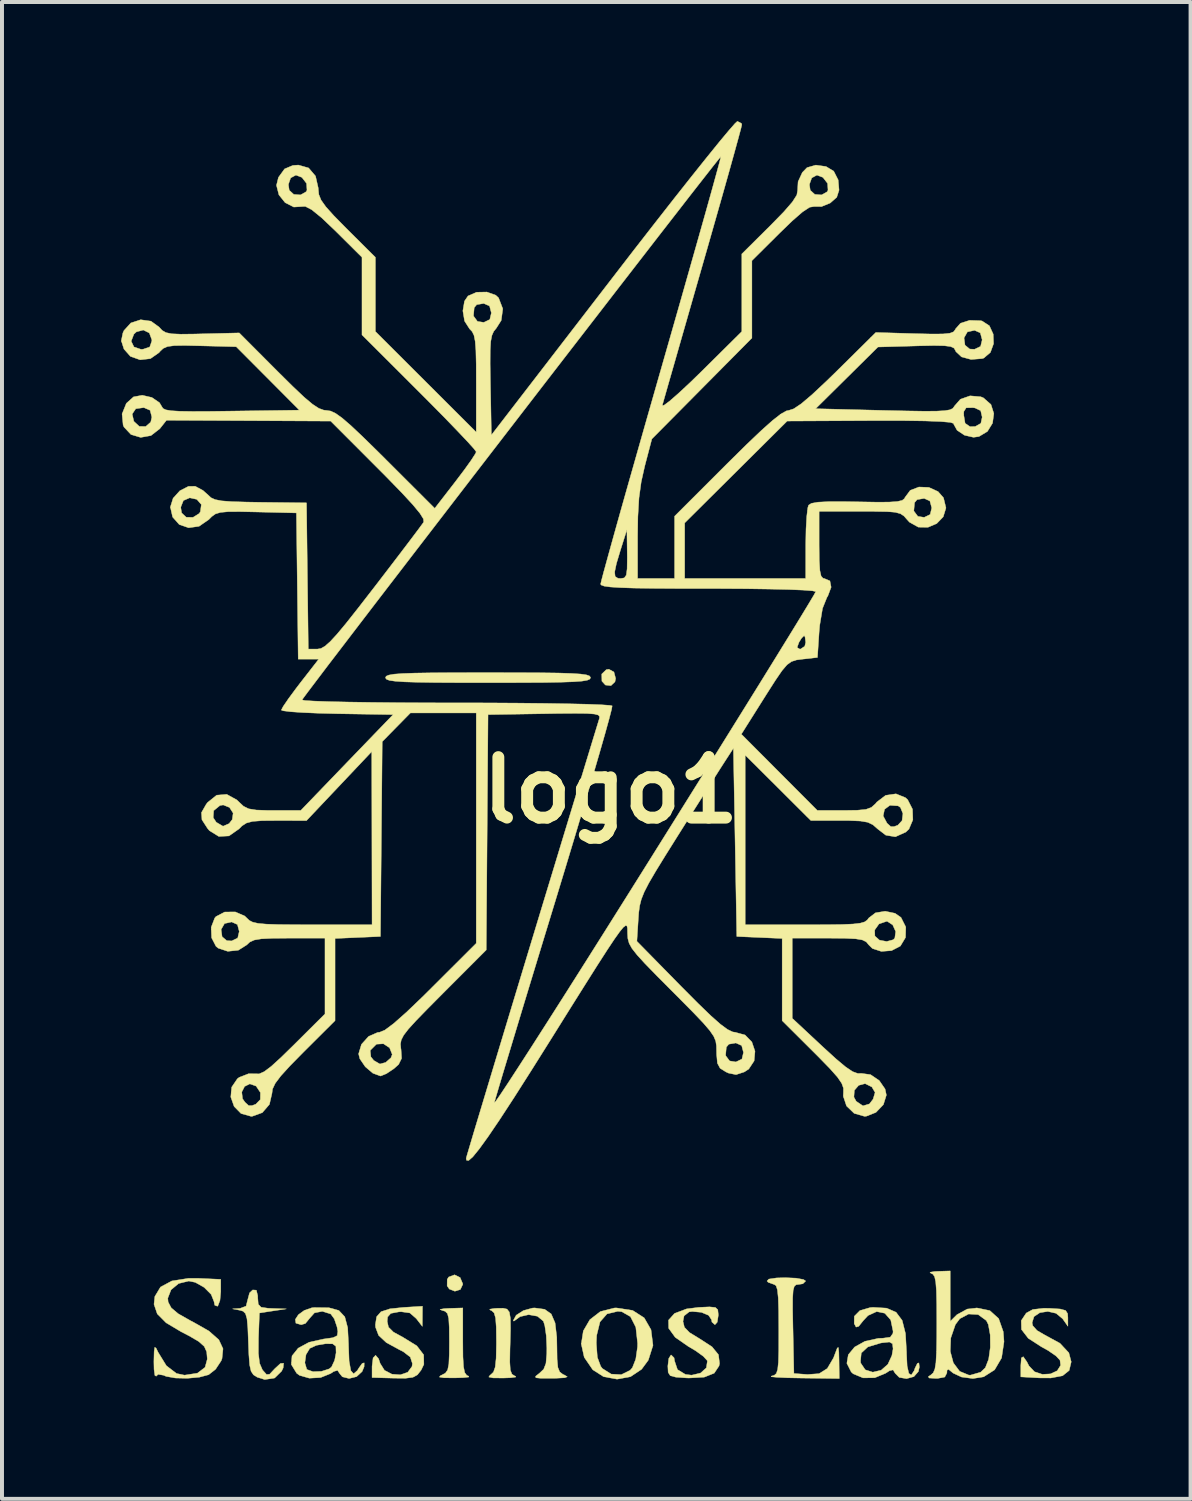
<source format=kicad_pcb>
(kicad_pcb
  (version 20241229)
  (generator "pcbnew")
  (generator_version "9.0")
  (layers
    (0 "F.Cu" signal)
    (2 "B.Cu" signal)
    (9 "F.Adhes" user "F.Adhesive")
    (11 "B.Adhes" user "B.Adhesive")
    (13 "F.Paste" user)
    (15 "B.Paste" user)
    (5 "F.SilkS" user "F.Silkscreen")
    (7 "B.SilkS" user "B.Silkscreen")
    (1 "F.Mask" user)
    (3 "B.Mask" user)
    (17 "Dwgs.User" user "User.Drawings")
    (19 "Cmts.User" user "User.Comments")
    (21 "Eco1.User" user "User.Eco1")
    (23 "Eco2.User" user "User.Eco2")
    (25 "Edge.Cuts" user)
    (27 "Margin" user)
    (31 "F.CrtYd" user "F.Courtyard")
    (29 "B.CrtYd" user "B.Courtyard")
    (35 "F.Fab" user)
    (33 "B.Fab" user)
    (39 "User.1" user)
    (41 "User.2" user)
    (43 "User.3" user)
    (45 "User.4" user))
  (footprint "logo1"
    (layer "F.Cu")
    (at 12.332 16.854)
    (property "Reference" "logo1" (at 0 0 0) (layer "F.SilkS") (effects (font (size 1.524 1.524) (thickness 0.3))))
    (attr through_hole)
    (fp_poly (pts (xy 0.081 -2.979) (xy 0.124 -2.816) (xy 0.107 -2.731) (xy 0.006 -2.635) (xy -0.134 -2.65) (xy -0.222 -2.748) (xy -0.226 -2.927) (xy -0.112 -3.037) (xy -0.046 -3.048) (xy 0.081 -2.979)) (stroke (width 0.01) (type solid)) (fill yes) (layer "F.SilkS"))
    (fp_poly (pts (xy -3.793 12.273) (xy -3.726 12.432) (xy -3.725 12.443) (xy -3.787 12.575) (xy -3.925 12.618) (xy -4.065 12.563) (xy -4.12 12.483) (xy -4.118 12.319) (xy -4.081 12.26) (xy -3.933 12.204) (xy -3.793 12.273)) (stroke (width 0.01) (type solid)) (fill yes) (layer "F.SilkS"))
    (fp_poly (pts (xy -3.725 13.879) (xy -3.722 14.269) (xy -3.707 14.521) (xy -3.677 14.667) (xy -3.626 14.737) (xy -3.577 14.758) (xy -3.574 14.779) (xy -3.71 14.794) (xy -3.937 14.801) (xy -4.204 14.798) (xy -4.316 14.78) (xy -4.288 14.744) (xy -4.255 14.729) (xy -4.164 14.681) (xy -4.107 14.6) (xy -4.077 14.451) (xy -4.066 14.198) (xy -4.064 13.894) (xy -4.067 13.533) (xy -4.08 13.306) (xy -4.112 13.181) (xy -4.171 13.123) (xy -4.255 13.098) (xy -4.298 13.075) (xy -4.193 13.056) (xy -4.085 13.05) (xy -3.725 13.039) (xy -3.725 13.879)) (stroke (width 0.01) (type solid)) (fill yes) (layer "F.SilkS"))
    (fp_poly (pts (xy -2.612 13.068) (xy -2.554 13.142) (xy -2.527 13.296) (xy -2.523 13.558) (xy -2.533 13.954) (xy -2.537 14.068) (xy -2.542 14.401) (xy -2.529 14.602) (xy -2.488 14.707) (xy -2.415 14.753) (xy -2.4 14.757) (xy -2.389 14.779) (xy -2.518 14.797) (xy -2.709 14.804) (xy -2.966 14.801) (xy -3.071 14.779) (xy -3.041 14.734) (xy -3.027 14.725) (xy -2.954 14.656) (xy -2.909 14.528) (xy -2.886 14.306) (xy -2.879 13.956) (xy -2.879 13.887) (xy -2.883 13.521) (xy -2.9 13.291) (xy -2.937 13.164) (xy -2.999 13.107) (xy -3.027 13.097) (xy -3.05 13.071) (xy -2.931 13.052) (xy -2.857 13.048) (xy -2.71 13.046) (xy -2.612 13.068)) (stroke (width 0.01) (type solid)) (fill yes) (layer "F.SilkS"))
    (fp_poly (pts (xy -2.353 -2.962) (xy -1.767 -2.959) (xy -1.317 -2.953) (xy -0.986 -2.942) (xy -0.757 -2.927) (xy -0.612 -2.906) (xy -0.535 -2.879) (xy -0.509 -2.844) (xy -0.508 -2.836) (xy -0.526 -2.8) (xy -0.592 -2.771) (xy -0.722 -2.749) (xy -0.934 -2.733) (xy -1.244 -2.722) (xy -1.669 -2.714) (xy -2.227 -2.711) (xy -2.933 -2.709) (xy -3.09 -2.709) (xy -3.828 -2.71) (xy -4.413 -2.713) (xy -4.863 -2.72) (xy -5.194 -2.73) (xy -5.424 -2.746) (xy -5.569 -2.766) (xy -5.646 -2.794) (xy -5.672 -2.829) (xy -5.673 -2.836) (xy -5.655 -2.873) (xy -5.589 -2.901) (xy -5.459 -2.924) (xy -5.247 -2.94) (xy -4.937 -2.951) (xy -4.512 -2.958) (xy -3.954 -2.962) (xy -3.247 -2.963) (xy -3.09 -2.963) (xy -2.353 -2.962)) (stroke (width 0.01) (type solid)) (fill yes) (layer "F.SilkS"))
    (fp_poly (pts (xy -1.664 13.073) (xy -1.498 13.191) (xy -1.401 13.417) (xy -1.359 13.774) (xy -1.355 14.001) (xy -1.35 14.334) (xy -1.331 14.537) (xy -1.285 14.65) (xy -1.204 14.712) (xy -1.164 14.729) (xy -1.094 14.772) (xy -1.157 14.797) (xy -1.368 14.809) (xy -1.479 14.811) (xy -1.754 14.811) (xy -1.884 14.798) (xy -1.893 14.761) (xy -1.805 14.691) (xy -1.797 14.685) (xy -1.688 14.582) (xy -1.631 14.434) (xy -1.61 14.19) (xy -1.609 14.044) (xy -1.623 13.741) (xy -1.66 13.487) (xy -1.696 13.372) (xy -1.846 13.248) (xy -2.068 13.208) (xy -2.283 13.258) (xy -2.354 13.31) (xy -2.439 13.371) (xy -2.455 13.358) (xy -2.381 13.222) (xy -2.199 13.105) (xy -1.97 13.042) (xy -1.912 13.039) (xy -1.664 13.073)) (stroke (width 0.01) (type solid)) (fill yes) (layer "F.SilkS"))
    (fp_poly (pts (xy 0.552 13.101) (xy 0.843 13.288) (xy 1.015 13.587) (xy 1.065 13.982) (xy 0.947 14.354) (xy 0.778 14.584) (xy 0.498 14.771) (xy 0.16 14.833) (xy -0.18 14.77) (xy -0.452 14.596) (xy -0.667 14.282) (xy -0.742 13.945) (xy -0.739 13.928) (xy -0.363 13.928) (xy -0.337 14.281) (xy -0.252 14.509) (xy -0.211 14.564) (xy 0.012 14.705) (xy 0.266 14.719) (xy 0.489 14.609) (xy 0.546 14.544) (xy 0.631 14.328) (xy 0.675 14.021) (xy 0.677 13.928) (xy 0.632 13.524) (xy 0.497 13.258) (xy 0.277 13.133) (xy 0.178 13.123) (xy -0.093 13.189) (xy -0.27 13.39) (xy -0.354 13.73) (xy -0.363 13.928) (xy -0.739 13.928) (xy -0.69 13.617) (xy -0.525 13.334) (xy -0.261 13.13) (xy 0.09 13.04) (xy 0.146 13.039) (xy 0.552 13.101)) (stroke (width 0.01) (type solid)) (fill yes) (layer "F.SilkS"))
    (fp_poly (pts (xy -8.925 12.592) (xy -8.891 12.731) (xy -8.89 12.787) (xy -8.877 12.946) (xy -8.806 13.021) (xy -8.63 13.047) (xy -8.53 13.051) (xy -8.17 13.063) (xy -8.509 13.114) (xy -8.848 13.166) (xy -8.872 13.801) (xy -8.874 14.183) (xy -8.843 14.435) (xy -8.774 14.595) (xy -8.766 14.606) (xy -8.669 14.715) (xy -8.592 14.709) (xy -8.471 14.58) (xy -8.464 14.572) (xy -8.318 14.437) (xy -8.238 14.432) (xy -8.25 14.549) (xy -8.288 14.63) (xy -8.465 14.804) (xy -8.714 14.843) (xy -8.904 14.783) (xy -8.998 14.724) (xy -9.058 14.634) (xy -9.094 14.476) (xy -9.114 14.216) (xy -9.126 13.91) (xy -9.14 13.543) (xy -9.161 13.312) (xy -9.198 13.183) (xy -9.258 13.122) (xy -9.338 13.098) (xy -9.525 13.062) (xy -9.335 13.05) (xy -9.184 12.993) (xy -9.144 12.836) (xy -9.097 12.66) (xy -9.017 12.585) (xy -8.925 12.592)) (stroke (width 0.01) (type solid)) (fill yes) (layer "F.SilkS"))
    (fp_poly (pts (xy -4.745 13.504) (xy -4.897 13.307) (xy -5.059 13.165) (xy -5.279 13.134) (xy -5.339 13.138) (xy -5.539 13.176) (xy -5.619 13.266) (xy -5.63 13.377) (xy -5.597 13.523) (xy -5.474 13.646) (xy -5.225 13.782) (xy -5.225 13.783) (xy -4.884 13.993) (xy -4.711 14.219) (xy -4.706 14.461) (xy -4.775 14.604) (xy -4.868 14.723) (xy -4.983 14.786) (xy -5.168 14.81) (xy -5.465 14.807) (xy -6.011 14.792) (xy -6.011 14.508) (xy -5.985 14.297) (xy -5.922 14.231) (xy -5.846 14.319) (xy -5.808 14.434) (xy -5.698 14.61) (xy -5.511 14.707) (xy -5.299 14.723) (xy -5.113 14.659) (xy -5.005 14.514) (xy -4.995 14.44) (xy -5.048 14.276) (xy -5.228 14.138) (xy -5.313 14.096) (xy -5.651 13.912) (xy -5.846 13.73) (xy -5.923 13.525) (xy -5.927 13.459) (xy -5.896 13.26) (xy -5.784 13.133) (xy -5.562 13.061) (xy -5.228 13.026) (xy -4.741 12.996) (xy -4.745 13.504)) (stroke (width 0.01) (type solid)) (fill yes) (layer "F.SilkS"))
    (fp_poly (pts (xy 11.059 13.049) (xy 11.322 13.066) (xy 11.458 13.103) (xy 11.508 13.182) (xy 11.515 13.284) (xy 11.515 13.5) (xy 11.383 13.312) (xy 11.217 13.174) (xy 11.01 13.127) (xy 10.809 13.158) (xy 10.661 13.257) (xy 10.613 13.413) (xy 10.63 13.486) (xy 10.739 13.608) (xy 10.931 13.72) (xy 10.932 13.72) (xy 11.315 13.929) (xy 11.539 14.169) (xy 11.599 14.396) (xy 11.547 14.614) (xy 11.381 14.747) (xy 11.085 14.803) (xy 10.792 14.801) (xy 10.329 14.775) (xy 10.329 14.486) (xy 10.343 14.297) (xy 10.391 14.267) (xy 10.482 14.396) (xy 10.534 14.498) (xy 10.674 14.646) (xy 10.871 14.711) (xy 11.077 14.7) (xy 11.246 14.621) (xy 11.332 14.484) (xy 11.316 14.356) (xy 11.218 14.25) (xy 11.017 14.111) (xy 10.852 14.02) (xy 10.517 13.804) (xy 10.346 13.582) (xy 10.34 13.357) (xy 10.466 13.168) (xy 10.631 13.078) (xy 10.906 13.047) (xy 11.059 13.049)) (stroke (width 0.01) (type solid)) (fill yes) (layer "F.SilkS"))
    (fp_poly (pts (xy 4.67 12.289) (xy 4.855 12.323) (xy 4.911 12.361) (xy 4.84 12.43) (xy 4.739 12.446) (xy 4.67 12.454) (xy 4.623 12.496) (xy 4.595 12.598) (xy 4.583 12.788) (xy 4.582 13.092) (xy 4.59 13.537) (xy 4.591 13.568) (xy 4.614 14.69) (xy 4.957 14.715) (xy 5.248 14.694) (xy 5.455 14.564) (xy 5.611 14.298) (xy 5.655 14.182) (xy 5.706 14.048) (xy 5.734 14.035) (xy 5.746 14.16) (xy 5.751 14.372) (xy 5.757 14.817) (xy 4.805 14.805) (xy 4.449 14.798) (xy 4.186 14.786) (xy 4.043 14.772) (xy 4.043 14.757) (xy 4.119 14.736) (xy 4.172 14.689) (xy 4.205 14.588) (xy 4.224 14.406) (xy 4.232 14.115) (xy 4.233 13.689) (xy 4.233 13.583) (xy 4.23 13.113) (xy 4.22 12.789) (xy 4.199 12.585) (xy 4.165 12.479) (xy 4.116 12.446) (xy 4.111 12.446) (xy 3.967 12.394) (xy 3.937 12.361) (xy 3.982 12.312) (xy 4.178 12.283) (xy 4.398 12.277) (xy 4.67 12.289)) (stroke (width 0.01) (type solid)) (fill yes) (layer "F.SilkS"))
    (fp_poly (pts (xy 2.637 13.027) (xy 2.697 13.084) (xy 2.709 13.2) (xy 2.709 13.229) (xy 2.683 13.398) (xy 2.625 13.462) (xy 2.549 13.394) (xy 2.54 13.337) (xy 2.466 13.225) (xy 2.284 13.149) (xy 2.055 13.128) (xy 1.975 13.138) (xy 1.847 13.239) (xy 1.82 13.378) (xy 1.856 13.525) (xy 1.985 13.659) (xy 2.24 13.815) (xy 2.24 13.815) (xy 2.552 14.018) (xy 2.714 14.216) (xy 2.741 14.435) (xy 2.728 14.5) (xy 2.607 14.682) (xy 2.356 14.782) (xy 1.965 14.804) (xy 1.902 14.801) (xy 1.637 14.782) (xy 1.499 14.744) (xy 1.447 14.662) (xy 1.439 14.506) (xy 1.439 14.5) (xy 1.462 14.312) (xy 1.517 14.225) (xy 1.524 14.224) (xy 1.595 14.294) (xy 1.609 14.376) (xy 1.681 14.591) (xy 1.881 14.713) (xy 2.039 14.732) (xy 2.263 14.679) (xy 2.409 14.547) (xy 2.434 14.378) (xy 2.428 14.361) (xy 2.333 14.257) (xy 2.135 14.115) (xy 1.951 14.006) (xy 1.624 13.778) (xy 1.46 13.552) (xy 1.456 13.346) (xy 1.608 13.177) (xy 1.91 13.063) (xy 2.208 13.025) (xy 2.487 13.012) (xy 2.637 13.027)) (stroke (width 0.01) (type solid)) (fill yes) (layer "F.SilkS"))
    (fp_poly (pts (xy -10.368 12.294) (xy -9.822 12.319) (xy -9.822 12.632) (xy -9.842 12.85) (xy -9.894 12.986) (xy -9.906 12.996) (xy -9.973 12.971) (xy -9.991 12.88) (xy -10.063 12.699) (xy -10.24 12.521) (xy -10.465 12.394) (xy -10.628 12.361) (xy -10.884 12.424) (xy -11.074 12.582) (xy -11.156 12.793) (xy -11.147 12.89) (xy -11.069 13.037) (xy -10.893 13.185) (xy -10.59 13.357) (xy -10.523 13.391) (xy -10.119 13.621) (xy -9.87 13.841) (xy -9.765 14.066) (xy -9.79 14.313) (xy -9.812 14.371) (xy -9.952 14.583) (xy -10.127 14.721) (xy -10.359 14.783) (xy -10.661 14.811) (xy -10.965 14.804) (xy -11.2 14.762) (xy -11.258 14.735) (xy -11.398 14.711) (xy -11.448 14.758) (xy -11.481 14.739) (xy -11.502 14.586) (xy -11.506 14.393) (xy -11.5 14.137) (xy -11.484 14.029) (xy -11.45 14.052) (xy -11.401 14.153) (xy -11.191 14.495) (xy -10.936 14.69) (xy -10.734 14.732) (xy -10.41 14.682) (xy -10.217 14.535) (xy -10.161 14.327) (xy -10.176 14.146) (xy -10.237 14.009) (xy -10.375 13.885) (xy -10.62 13.742) (xy -10.819 13.639) (xy -11.197 13.414) (xy -11.421 13.189) (xy -11.503 12.947) (xy -11.482 12.75) (xy -11.339 12.512) (xy -11.054 12.359) (xy -10.635 12.293) (xy -10.368 12.294)) (stroke (width 0.01) (type solid)) (fill yes) (layer "F.SilkS"))
    (fp_poly (pts (xy 8.551 13.377) (xy 8.721 13.208) (xy 8.98 13.067) (xy 9.223 13.039) (xy 9.549 13.106) (xy 9.771 13.306) (xy 9.887 13.637) (xy 9.906 13.89) (xy 9.845 14.298) (xy 9.669 14.598) (xy 9.393 14.774) (xy 9.122 14.817) (xy 8.836 14.779) (xy 8.628 14.682) (xy 8.621 14.677) (xy 8.507 14.584) (xy 8.47 14.609) (xy 8.467 14.677) (xy 8.414 14.779) (xy 8.235 14.814) (xy 8.191 14.814) (xy 8.02 14.804) (xy 7.999 14.77) (xy 8.065 14.725) (xy 8.123 14.673) (xy 8.164 14.579) (xy 8.191 14.415) (xy 8.205 14.154) (xy 8.206 14.131) (xy 8.552 14.131) (xy 8.63 14.423) (xy 8.789 14.635) (xy 9.018 14.73) (xy 9.059 14.732) (xy 9.319 14.657) (xy 9.436 14.544) (xy 9.519 14.33) (xy 9.561 14.031) (xy 9.558 13.718) (xy 9.511 13.457) (xy 9.461 13.357) (xy 9.255 13.206) (xy 9.014 13.192) (xy 8.792 13.31) (xy 8.681 13.458) (xy 8.565 13.797) (xy 8.552 14.131) (xy 8.206 14.131) (xy 8.212 13.771) (xy 8.213 13.422) (xy 8.211 12.941) (xy 8.203 12.603) (xy 8.186 12.383) (xy 8.158 12.253) (xy 8.114 12.188) (xy 8.065 12.166) (xy 8.041 12.14) (xy 8.16 12.121) (xy 8.234 12.117) (xy 8.551 12.107) (xy 8.551 13.377)) (stroke (width 0.01) (type solid)) (fill yes) (layer "F.SilkS"))
    (fp_poly (pts (xy 6.948 13.044) (xy 7.187 13.147) (xy 7.341 13.353) (xy 7.424 13.682) (xy 7.451 14.154) (xy 7.451 14.194) (xy 7.466 14.504) (xy 7.508 14.687) (xy 7.569 14.73) (xy 7.642 14.62) (xy 7.664 14.556) (xy 7.724 14.435) (xy 7.762 14.423) (xy 7.774 14.527) (xy 7.749 14.641) (xy 7.636 14.769) (xy 7.451 14.82) (xy 7.268 14.789) (xy 7.164 14.684) (xy 7.112 14.599) (xy 7.022 14.62) (xy 6.924 14.684) (xy 6.651 14.797) (xy 6.356 14.801) (xy 6.108 14.698) (xy 6.057 14.651) (xy 5.948 14.434) (xy 5.955 14.391) (xy 6.29 14.391) (xy 6.298 14.429) (xy 6.411 14.597) (xy 6.601 14.657) (xy 6.812 14.607) (xy 6.98 14.459) (xy 7.082 14.238) (xy 7.112 14.069) (xy 7.097 13.94) (xy 7.02 13.897) (xy 6.833 13.917) (xy 6.795 13.924) (xy 6.476 14.021) (xy 6.311 14.174) (xy 6.29 14.391) (xy 5.955 14.391) (xy 5.984 14.217) (xy 6.143 14.024) (xy 6.403 13.879) (xy 6.741 13.805) (xy 6.855 13.801) (xy 7.042 13.775) (xy 7.108 13.679) (xy 7.112 13.626) (xy 7.053 13.342) (xy 6.903 13.172) (xy 6.699 13.13) (xy 6.48 13.231) (xy 6.363 13.356) (xy 6.245 13.503) (xy 6.18 13.521) (xy 6.133 13.434) (xy 6.135 13.248) (xy 6.277 13.105) (xy 6.534 13.03) (xy 6.609 13.024) (xy 6.948 13.044)) (stroke (width 0.01) (type solid)) (fill yes) (layer "F.SilkS"))
    (fp_poly (pts (xy -7.096 13.034) (xy -6.847 13.103) (xy -6.698 13.262) (xy -6.625 13.537) (xy -6.604 13.951) (xy -6.604 13.978) (xy -6.589 14.377) (xy -6.546 14.618) (xy -6.476 14.698) (xy -6.38 14.614) (xy -6.347 14.558) (xy -6.26 14.437) (xy -6.209 14.421) (xy -6.211 14.519) (xy -6.261 14.64) (xy -6.4 14.769) (xy -6.589 14.816) (xy -6.759 14.773) (xy -6.827 14.691) (xy -6.88 14.611) (xy -6.977 14.639) (xy -7.055 14.691) (xy -7.305 14.792) (xy -7.591 14.808) (xy -7.838 14.737) (xy -7.91 14.684) (xy -8.045 14.463) (xy -8.041 14.421) (xy -7.704 14.421) (xy -7.656 14.583) (xy -7.648 14.591) (xy -7.499 14.644) (xy -7.284 14.636) (xy -7.092 14.574) (xy -7.033 14.528) (xy -6.953 14.356) (xy -6.917 14.168) (xy -6.922 14.004) (xy -7.003 13.943) (xy -7.178 13.94) (xy -7.411 13.98) (xy -7.58 14.057) (xy -7.675 14.215) (xy -7.704 14.421) (xy -8.041 14.421) (xy -8.027 14.246) (xy -7.872 14.052) (xy -7.597 13.903) (xy -7.23 13.821) (xy -6.995 13.788) (xy -6.889 13.737) (xy -6.873 13.632) (xy -6.893 13.518) (xy -6.962 13.314) (xy -7.05 13.192) (xy -7.263 13.124) (xy -7.462 13.163) (xy -7.578 13.293) (xy -7.69 13.43) (xy -7.795 13.462) (xy -7.929 13.423) (xy -7.944 13.328) (xy -7.866 13.209) (xy -7.718 13.101) (xy -7.528 13.035) (xy -7.466 13.029) (xy -7.096 13.034)) (stroke (width 0.01) (type solid)) (fill yes) (layer "F.SilkS"))
    (fp_poly (pts (xy 3.293 -16.796) (xy 3.302 -16.762) (xy 3.279 -16.664) (xy 3.214 -16.422) (xy 3.112 -16.051) (xy 2.978 -15.57) (xy 2.816 -14.996) (xy 2.631 -14.346) (xy 2.429 -13.638) (xy 2.323 -13.269) (xy 2.112 -12.535) (xy 1.915 -11.847) (xy 1.736 -11.223) (xy 1.581 -10.681) (xy 1.454 -10.24) (xy 1.362 -9.917) (xy 1.309 -9.73) (xy 1.299 -9.694) (xy 1.34 -9.695) (xy 1.481 -9.8) (xy 1.705 -9.995) (xy 1.994 -10.264) (xy 2.278 -10.54) (xy 3.302 -11.554) (xy 3.302 -13.508) (xy 4.025 -14.226) (xy 4.359 -14.568) (xy 4.575 -14.817) (xy 4.687 -14.991) (xy 4.707 -15.105) (xy 4.707 -15.106) (xy 4.715 -15.258) (xy 5.004 -15.258) (xy 5.026 -15.113) (xy 5.14 -15.008) (xy 5.311 -14.995) (xy 5.451 -15.074) (xy 5.473 -15.114) (xy 5.462 -15.285) (xy 5.345 -15.436) (xy 5.194 -15.494) (xy 5.063 -15.423) (xy 5.004 -15.258) (xy 4.715 -15.258) (xy 4.719 -15.328) (xy 4.826 -15.56) (xy 4.945 -15.683) (xy 5.166 -15.746) (xy 5.423 -15.71) (xy 5.617 -15.593) (xy 5.729 -15.373) (xy 5.751 -15.115) (xy 5.693 -14.935) (xy 5.529 -14.791) (xy 5.31 -14.701) (xy 5.121 -14.702) (xy 5.012 -14.685) (xy 4.833 -14.568) (xy 4.57 -14.339) (xy 4.268 -14.047) (xy 3.556 -13.339) (xy 3.556 -11.39) (xy 2.296 -10.119) (xy 1.036 -8.848) (xy 0.857 -8.165) (xy 0.768 -7.768) (xy 0.712 -7.362) (xy 0.684 -6.889) (xy 0.677 -6.408) (xy 0.677 -5.334) (xy 1.609 -5.334) (xy 1.609 -6.902) (xy 2.943 -8.235) (xy 3.42 -8.706) (xy 3.795 -9.063) (xy 4.08 -9.317) (xy 4.264 -9.46) (xy 8.89 -9.46) (xy 8.926 -9.243) (xy 9.05 -9.158) (xy 9.183 -9.162) (xy 9.323 -9.242) (xy 9.356 -9.398) (xy 9.318 -9.561) (xy 9.175 -9.629) (xy 9.123 -9.636) (xy 8.953 -9.633) (xy 8.894 -9.54) (xy 8.89 -9.46) (xy 4.264 -9.46) (xy 4.286 -9.477) (xy 4.427 -9.556) (xy 4.484 -9.567) (xy 4.61 -9.608) (xy 4.801 -9.736) (xy 5.07 -9.964) (xy 5.43 -10.301) (xy 5.684 -10.548) (xy 6.54 -11.394) (xy 8.899 -11.394) (xy 8.923 -11.212) (xy 9.042 -11.113) (xy 9.165 -11.107) (xy 9.316 -11.18) (xy 9.356 -11.345) (xy 9.309 -11.52) (xy 9.165 -11.584) (xy 8.984 -11.545) (xy 8.899 -11.394) (xy 6.54 -11.394) (xy 6.677 -11.53) (xy 7.658 -11.501) (xy 8.082 -11.491) (xy 8.367 -11.493) (xy 8.542 -11.511) (xy 8.636 -11.547) (xy 8.68 -11.606) (xy 8.685 -11.62) (xy 8.81 -11.762) (xy 9.039 -11.836) (xy 9.316 -11.827) (xy 9.354 -11.819) (xy 9.538 -11.699) (xy 9.634 -11.489) (xy 9.643 -11.247) (xy 9.563 -11.027) (xy 9.396 -10.885) (xy 9.354 -10.872) (xy 9.076 -10.85) (xy 8.836 -10.915) (xy 8.694 -11.048) (xy 8.685 -11.07) (xy 8.648 -11.135) (xy 8.564 -11.175) (xy 8.405 -11.196) (xy 8.14 -11.201) (xy 7.739 -11.193) (xy 7.685 -11.191) (xy 6.731 -11.164) (xy 5.946 -10.387) (xy 5.161 -9.61) (xy 6.877 -9.567) (xy 7.46 -9.554) (xy 7.896 -9.547) (xy 8.207 -9.549) (xy 8.415 -9.561) (xy 8.544 -9.583) (xy 8.615 -9.617) (xy 8.651 -9.665) (xy 8.655 -9.674) (xy 8.808 -9.849) (xy 9.051 -9.934) (xy 9.319 -9.911) (xy 9.385 -9.885) (xy 9.577 -9.717) (xy 9.65 -9.489) (xy 9.617 -9.246) (xy 9.488 -9.037) (xy 9.275 -8.909) (xy 9.137 -8.89) (xy 8.911 -8.942) (xy 8.724 -9.067) (xy 8.637 -9.224) (xy 8.636 -9.239) (xy 8.553 -9.266) (xy 8.31 -9.287) (xy 7.917 -9.302) (xy 7.383 -9.31) (xy 6.718 -9.311) (xy 6.54 -9.31) (xy 4.445 -9.299) (xy 3.154 -8.016) (xy 1.863 -6.733) (xy 1.863 -5.334) (xy 4.911 -5.334) (xy 4.912 -6.202) (xy 4.919 -6.577) (xy 4.937 -6.894) (xy 4.954 -7.035) (xy 7.634 -7.035) (xy 7.735 -6.899) (xy 7.895 -6.873) (xy 8.046 -6.946) (xy 8.086 -7.112) (xy 8.039 -7.286) (xy 7.895 -7.351) (xy 7.716 -7.32) (xy 7.653 -7.245) (xy 7.634 -7.035) (xy 4.954 -7.035) (xy 4.963 -7.111) (xy 4.983 -7.18) (xy 5.056 -7.227) (xy 5.219 -7.256) (xy 5.493 -7.27) (xy 5.902 -7.27) (xy 6.211 -7.265) (xy 6.681 -7.257) (xy 7.009 -7.258) (xy 7.22 -7.273) (xy 7.341 -7.301) (xy 7.399 -7.347) (xy 7.411 -7.374) (xy 7.544 -7.554) (xy 7.763 -7.638) (xy 8.015 -7.628) (xy 8.245 -7.523) (xy 8.382 -7.367) (xy 8.444 -7.111) (xy 8.375 -6.887) (xy 8.211 -6.717) (xy 7.99 -6.623) (xy 7.748 -6.627) (xy 7.524 -6.752) (xy 7.466 -6.816) (xy 7.388 -6.905) (xy 7.299 -6.965) (xy 7.167 -7.001) (xy 6.958 -7.02) (xy 6.639 -7.026) (xy 6.274 -7.027) (xy 5.249 -7.027) (xy 5.249 -6.181) (xy 5.253 -5.787) (xy 5.268 -5.535) (xy 5.299 -5.395) (xy 5.348 -5.339) (xy 5.379 -5.334) (xy 5.521 -5.273) (xy 5.552 -5.115) (xy 5.469 -4.894) (xy 5.446 -4.858) (xy 5.335 -4.581) (xy 5.264 -4.155) (xy 5.249 -3.984) (xy 5.207 -3.344) (xy 4.831 -3.302) (xy 4.674 -3.281) (xy 4.552 -3.241) (xy 4.44 -3.16) (xy 4.314 -3.012) (xy 4.151 -2.774) (xy 3.926 -2.422) (xy 3.872 -2.336) (xy 3.29 -1.412) (xy 4.247 -0.452) (xy 5.204 0.508) (xy 5.871 0.508) (xy 6.212 0.503) (xy 6.429 0.482) (xy 6.565 0.432) (xy 6.666 0.342) (xy 6.704 0.296) (xy 6.925 0.128) (xy 7.185 0.09) (xy 7.424 0.187) (xy 7.48 0.239) (xy 7.601 0.476) (xy 7.61 0.745) (xy 7.511 0.979) (xy 7.432 1.054) (xy 7.17 1.172) (xy 6.929 1.132) (xy 6.723 0.974) (xy 6.605 0.87) (xy 6.475 0.807) (xy 6.288 0.775) (xy 6.002 0.763) (xy 5.776 0.762) (xy 5.041 0.762) (xy 4.925 0.647) (xy 6.862 0.647) (xy 6.96 0.83) (xy 7.054 0.915) (xy 7.136 0.916) (xy 7.232 0.88) (xy 7.338 0.765) (xy 7.36 0.588) (xy 7.298 0.434) (xy 7.239 0.393) (xy 7.033 0.379) (xy 6.897 0.48) (xy 6.862 0.647) (xy 4.925 0.647) (xy 4.214 -0.062) (xy 3.387 -0.886) (xy 3.387 3.387) (xy 4.89 3.387) (xy 5.431 3.386) (xy 5.826 3.381) (xy 6.103 3.369) (xy 6.284 3.348) (xy 6.395 3.316) (xy 6.461 3.269) (xy 6.5 3.217) (xy 6.669 3.087) (xy 6.913 3.047) (xy 7.161 3.099) (xy 7.311 3.203) (xy 7.432 3.444) (xy 7.425 3.709) (xy 7.296 3.924) (xy 7.074 4.039) (xy 6.816 4.059) (xy 6.592 3.986) (xy 6.5 3.895) (xy 6.437 3.819) (xy 6.339 3.77) (xy 6.173 3.742) (xy 5.905 3.729) (xy 5.503 3.725) (xy 5.483 3.725) (xy 4.572 3.725) (xy 4.572 5.743) (xy 5.338 6.458) (xy 5.675 6.766) (xy 5.919 6.97) (xy 6.094 7.087) (xy 6.224 7.134) (xy 6.315 7.131) (xy 6.545 7.163) (xy 6.762 7.31) (xy 6.91 7.524) (xy 6.943 7.677) (xy 6.868 7.918) (xy 6.68 8.114) (xy 6.437 8.21) (xy 6.392 8.213) (xy 6.133 8.139) (xy 5.939 7.952) (xy 5.865 7.728) (xy 6.125 7.728) (xy 6.182 7.833) (xy 6.353 7.949) (xy 6.517 7.9) (xy 6.609 7.779) (xy 6.659 7.611) (xy 6.577 7.472) (xy 6.576 7.472) (xy 6.407 7.389) (xy 6.246 7.432) (xy 6.137 7.558) (xy 6.125 7.728) (xy 5.865 7.728) (xy 5.857 7.701) (xy 5.861 7.616) (xy 5.862 7.502) (xy 5.818 7.381) (xy 5.712 7.226) (xy 5.525 7.015) (xy 5.239 6.721) (xy 5.107 6.589) (xy 4.318 5.803) (xy 4.318 3.733) (xy 3.175 3.683) (xy 3.172 3.521) (xy 6.648 3.521) (xy 6.654 3.672) (xy 6.769 3.775) (xy 6.952 3.809) (xy 7.115 3.765) (xy 7.155 3.725) (xy 7.178 3.559) (xy 7.103 3.392) (xy 6.969 3.304) (xy 6.947 3.302) (xy 6.757 3.367) (xy 6.648 3.521) (xy 3.172 3.521) (xy 3.133 1.312) (xy 3.09 -1.058) (xy 2.871 -0.72) (xy 2.759 -0.546) (xy 2.575 -0.256) (xy 2.335 0.123) (xy 2.057 0.562) (xy 1.759 1.035) (xy 1.691 1.143) (xy 1.373 1.65) (xy 1.134 2.039) (xy 0.961 2.335) (xy 0.844 2.562) (xy 0.771 2.745) (xy 0.729 2.91) (xy 0.706 3.081) (xy 0.695 3.235) (xy 0.659 3.804) (xy 1.784 4.95) (xy 2.203 5.371) (xy 2.525 5.682) (xy 2.766 5.895) (xy 2.943 6.025) (xy 3.072 6.087) (xy 3.135 6.096) (xy 3.385 6.165) (xy 3.555 6.34) (xy 3.634 6.573) (xy 3.612 6.817) (xy 3.477 7.022) (xy 3.365 7.095) (xy 3.157 7.163) (xy 2.964 7.123) (xy 2.9 7.093) (xy 2.755 7.002) (xy 2.687 6.874) (xy 2.67 6.681) (xy 2.893 6.681) (xy 2.994 6.817) (xy 3.153 6.843) (xy 3.305 6.77) (xy 3.344 6.604) (xy 3.298 6.43) (xy 3.153 6.365) (xy 2.975 6.396) (xy 2.912 6.471) (xy 2.893 6.681) (xy 2.67 6.681) (xy 2.667 6.649) (xy 2.666 6.581) (xy 2.663 6.439) (xy 2.645 6.318) (xy 2.594 6.196) (xy 2.495 6.052) (xy 2.333 5.863) (xy 2.091 5.609) (xy 1.753 5.267) (xy 1.545 5.058) (xy 1.153 4.664) (xy 0.865 4.368) (xy 0.665 4.149) (xy 0.536 3.985) (xy 0.464 3.855) (xy 0.432 3.737) (xy 0.424 3.61) (xy 0.423 3.558) (xy 0.421 3.471) (xy 0.408 3.417) (xy 0.376 3.407) (xy 0.318 3.451) (xy 0.226 3.563) (xy 0.092 3.751) (xy -0.092 4.028) (xy -0.334 4.404) (xy -0.642 4.892) (xy -1.024 5.5) (xy -1.478 6.227) (xy -1.997 7.053) (xy -2.435 7.741) (xy -2.797 8.296) (xy -3.088 8.725) (xy -3.312 9.035) (xy -3.474 9.234) (xy -3.579 9.326) (xy -3.632 9.32) (xy -3.641 9.27) (xy -3.617 9.184) (xy -3.548 8.952) (xy -3.44 8.588) (xy -3.295 8.108) (xy -3.12 7.527) (xy -2.919 6.86) (xy -2.696 6.122) (xy -2.456 5.329) (xy -2.204 4.497) (xy -1.944 3.639) (xy -1.681 2.772) (xy -1.419 1.911) (xy -1.164 1.07) (xy -0.919 0.266) (xy -0.689 -0.487) (xy -0.48 -1.173) (xy -0.295 -1.778) (xy -0.287 -1.801) (xy -0.281 -1.856) (xy -0.315 -1.895) (xy -0.413 -1.92) (xy -0.598 -1.934) (xy -0.892 -1.937) (xy -1.319 -1.934) (xy -1.666 -1.928) (xy -3.09 -1.905) (xy -3.135 4.022) (xy -4.233 5.122) (xy -4.62 5.512) (xy -4.902 5.802) (xy -5.096 6.015) (xy -5.215 6.17) (xy -5.276 6.289) (xy -5.295 6.391) (xy -5.286 6.499) (xy -5.281 6.527) (xy -5.267 6.753) (xy -5.342 6.906) (xy -5.463 7.014) (xy -5.649 7.138) (xy -5.791 7.196) (xy -5.8 7.197) (xy -5.989 7.128) (xy -6.182 6.964) (xy -6.319 6.763) (xy -6.35 6.64) (xy -6.324 6.553) (xy -6.058 6.553) (xy -6.041 6.714) (xy -5.967 6.806) (xy -5.813 6.895) (xy -5.667 6.855) (xy -5.535 6.738) (xy -5.503 6.654) (xy -5.57 6.486) (xy -5.724 6.385) (xy -5.894 6.395) (xy -5.908 6.403) (xy -6.058 6.553) (xy -6.324 6.553) (xy -6.278 6.4) (xy -6.098 6.2) (xy -5.868 6.099) (xy -5.822 6.096) (xy -5.689 6.041) (xy -5.465 5.874) (xy -5.143 5.589) (xy -4.718 5.182) (xy -4.51 4.975) (xy -3.387 3.855) (xy -3.387 -1.947) (xy -5.045 -1.947) (xy -5.4 -1.586) (xy -5.755 -1.224) (xy -5.777 1.23) (xy -5.8 3.683) (xy -6.943 3.733) (xy -6.943 5.803) (xy -7.741 6.598) (xy -8.079 6.942) (xy -8.31 7.196) (xy -8.45 7.382) (xy -8.518 7.526) (xy -8.532 7.634) (xy -8.596 7.912) (xy -8.775 8.12) (xy -9.028 8.212) (xy -9.059 8.213) (xy -9.311 8.142) (xy -9.485 7.964) (xy -9.569 7.726) (xy -9.558 7.601) (xy -9.293 7.601) (xy -9.273 7.77) (xy -9.212 7.857) (xy -9.118 7.943) (xy -9.035 7.943) (xy -8.939 7.907) (xy -8.825 7.79) (xy -8.823 7.614) (xy -8.932 7.451) (xy -9.09 7.395) (xy -9.221 7.46) (xy -9.293 7.601) (xy -9.558 7.601) (xy -9.546 7.477) (xy -9.403 7.266) (xy -9.356 7.231) (xy -9.119 7.139) (xy -8.953 7.142) (xy -8.853 7.143) (xy -8.725 7.086) (xy -8.549 6.953) (xy -8.302 6.728) (xy -7.98 6.413) (xy -7.197 5.634) (xy -7.197 3.725) (xy -8.109 3.725) (xy -8.522 3.729) (xy -8.799 3.742) (xy -8.977 3.772) (xy -9.09 3.823) (xy -9.167 3.895) (xy -9.379 4.029) (xy -9.645 4.057) (xy -9.886 3.977) (xy -9.942 3.931) (xy -10.052 3.717) (xy -10.061 3.507) (xy -9.813 3.507) (xy -9.788 3.689) (xy -9.67 3.788) (xy -9.547 3.795) (xy -9.395 3.722) (xy -9.356 3.556) (xy -9.402 3.382) (xy -9.547 3.317) (xy -9.727 3.357) (xy -9.813 3.507) (xy -10.061 3.507) (xy -10.063 3.451) (xy -9.974 3.219) (xy -9.942 3.181) (xy -9.723 3.067) (xy -9.456 3.064) (xy -9.219 3.167) (xy -9.167 3.217) (xy -9.104 3.278) (xy -9.018 3.322) (xy -8.884 3.353) (xy -8.676 3.372) (xy -8.369 3.382) (xy -7.937 3.386) (xy -7.517 3.387) (xy -6.011 3.387) (xy -6.015 1.206) (xy -6.019 -0.974) (xy -7.662 0.764) (xy -8.415 0.763) (xy -8.781 0.766) (xy -9.02 0.784) (xy -9.175 0.825) (xy -9.288 0.898) (xy -9.363 0.974) (xy -9.614 1.15) (xy -9.87 1.164) (xy -10.107 1.017) (xy -10.154 0.962) (xy -10.296 0.742) (xy -10.299 0.689) (xy -10.012 0.689) (xy -9.935 0.806) (xy -9.765 0.906) (xy -9.612 0.84) (xy -9.532 0.737) (xy -9.51 0.575) (xy -9.602 0.433) (xy -9.759 0.37) (xy -9.842 0.384) (xy -10 0.513) (xy -10.012 0.689) (xy -10.299 0.689) (xy -10.308 0.562) (xy -10.189 0.354) (xy -10.154 0.308) (xy -9.925 0.124) (xy -9.671 0.103) (xy -9.417 0.243) (xy -9.363 0.296) (xy -9.248 0.403) (xy -9.118 0.467) (xy -8.926 0.498) (xy -8.628 0.508) (xy -8.487 0.508) (xy -7.806 0.508) (xy -6.644 -0.699) (xy -5.481 -1.905) (xy -6.889 -1.928) (xy -7.356 -1.94) (xy -7.758 -1.957) (xy -8.066 -1.978) (xy -8.253 -2.002) (xy -8.297 -2.02) (xy -8.249 -2.112) (xy -8.137 -2.275) (xy -7.775 -2.275) (xy -7.699 -2.26) (xy -7.47 -2.246) (xy -7.102 -2.233) (xy -6.611 -2.222) (xy -6.014 -2.213) (xy -5.325 -2.206) (xy -4.561 -2.202) (xy -3.907 -2.201) (xy -3.09 -2.2) (xy -2.334 -2.195) (xy -1.655 -2.188) (xy -1.067 -2.178) (xy -0.589 -2.167) (xy -0.235 -2.153) (xy -0.022 -2.138) (xy 0.037 -2.126) (xy 0.021 -2.034) (xy -0.041 -1.794) (xy -0.144 -1.421) (xy -0.285 -0.929) (xy -0.459 -0.332) (xy -0.662 0.356) (xy -0.89 1.119) (xy -1.139 1.944) (xy -1.401 2.806) (xy -1.669 3.683) (xy -1.923 4.517) (xy -2.159 5.292) (xy -2.371 5.993) (xy -2.556 6.606) (xy -2.71 7.115) (xy -2.827 7.507) (xy -2.903 7.765) (xy -2.934 7.874) (xy -2.897 7.835) (xy -2.777 7.662) (xy -2.58 7.365) (xy -2.312 6.953) (xy -1.979 6.437) (xy -1.587 5.824) (xy -1.143 5.127) (xy -0.653 4.353) (xy -0.123 3.513) (xy 0.441 2.616) (xy 1.033 1.672) (xy 1.091 1.579) (xy 1.688 0.625) (xy 2.259 -0.289) (xy 2.797 -1.152) (xy 3.296 -1.954) (xy 3.75 -2.685) (xy 4.152 -3.335) (xy 4.312 -3.595) (xy 4.694 -3.595) (xy 4.762 -3.556) (xy 4.781 -3.556) (xy 4.887 -3.627) (xy 4.911 -3.725) (xy 4.894 -3.863) (xy 4.871 -3.895) (xy 4.806 -3.83) (xy 4.741 -3.725) (xy 4.694 -3.595) (xy 4.312 -3.595) (xy 4.496 -3.893) (xy 4.775 -4.349) (xy 4.984 -4.693) (xy 5.116 -4.914) (xy 5.165 -5.003) (xy 5.165 -5.003) (xy 5.083 -5.023) (xy 4.849 -5.041) (xy 4.48 -5.056) (xy 3.992 -5.067) (xy 3.404 -5.076) (xy 2.732 -5.08) (xy 2.455 -5.08) (xy 1.684 -5.081) (xy 1.067 -5.085) (xy 0.589 -5.092) (xy 0.235 -5.104) (xy -0.011 -5.12) (xy -0.164 -5.141) (xy -0.24 -5.169) (xy -0.254 -5.192) (xy -0.231 -5.291) (xy -0.177 -5.497) (xy 0.099 -5.497) (xy 0.112 -5.383) (xy 0.183 -5.339) (xy 0.254 -5.334) (xy 0.342 -5.349) (xy 0.392 -5.418) (xy 0.413 -5.576) (xy 0.417 -5.859) (xy 0.416 -5.948) (xy 0.408 -6.562) (xy 0.247 -6.054) (xy 0.144 -5.711) (xy 0.099 -5.497) (xy -0.177 -5.497) (xy -0.165 -5.539) (xy -0.06 -5.922) (xy 0.08 -6.426) (xy 0.251 -7.037) (xy 0.45 -7.741) (xy 0.673 -8.525) (xy 0.915 -9.375) (xy 1.173 -10.277) (xy 1.272 -10.623) (xy 1.534 -11.538) (xy 1.781 -12.403) (xy 2.009 -13.206) (xy 2.215 -13.932) (xy 2.395 -14.569) (xy 2.544 -15.102) (xy 2.659 -15.519) (xy 2.737 -15.805) (xy 2.773 -15.947) (xy 2.775 -15.961) (xy 2.721 -15.898) (xy 2.573 -15.712) (xy 2.339 -15.413) (xy 2.026 -15.013) (xy 1.644 -14.521) (xy 1.2 -13.95) (xy 0.704 -13.309) (xy 0.162 -12.609) (xy -0.415 -11.862) (xy -1.021 -11.078) (xy -1.646 -10.269) (xy -2.282 -9.444) (xy -2.921 -8.615) (xy -3.555 -7.792) (xy -4.174 -6.987) (xy -4.772 -6.21) (xy -5.339 -5.472) (xy -5.867 -4.785) (xy -6.347 -4.158) (xy -6.772 -3.602) (xy -7.134 -3.129) (xy -7.422 -2.749) (xy -7.63 -2.474) (xy -7.749 -2.313) (xy -7.775 -2.275) (xy -8.137 -2.275) (xy -8.118 -2.304) (xy -7.929 -2.56) (xy -7.826 -2.695) (xy -7.354 -3.302) (xy -7.871 -3.302) (xy -7.916 -6.985) (xy -8.92 -7.009) (xy -9.347 -7.018) (xy -9.64 -7.016) (xy -9.831 -6.998) (xy -9.956 -6.96) (xy -10.048 -6.894) (xy -10.123 -6.818) (xy -10.369 -6.648) (xy -10.631 -6.611) (xy -10.867 -6.693) (xy -11.034 -6.881) (xy -11.09 -7.128) (xy -10.83 -7.128) (xy -10.807 -6.985) (xy -10.692 -6.877) (xy -10.521 -6.873) (xy -10.367 -6.969) (xy -10.336 -7.014) (xy -10.311 -7.197) (xy -10.425 -7.327) (xy -10.603 -7.366) (xy -10.763 -7.297) (xy -10.83 -7.128) (xy -11.09 -7.128) (xy -11.091 -7.134) (xy -11.022 -7.355) (xy -10.851 -7.544) (xy -10.634 -7.655) (xy -10.464 -7.656) (xy -10.27 -7.552) (xy -10.141 -7.437) (xy -10.067 -7.368) (xy -9.963 -7.321) (xy -9.8 -7.289) (xy -9.548 -7.27) (xy -9.177 -7.259) (xy -8.829 -7.253) (xy -7.662 -7.239) (xy -7.617 -3.556) (xy -7.386 -3.556) (xy -7.298 -3.571) (xy -7.198 -3.628) (xy -7.069 -3.741) (xy -6.898 -3.926) (xy -6.669 -4.2) (xy -6.37 -4.578) (xy -5.984 -5.076) (xy -5.969 -5.095) (xy -5.626 -5.542) (xy -5.315 -5.949) (xy -5.053 -6.294) (xy -4.854 -6.558) (xy -4.735 -6.72) (xy -4.71 -6.756) (xy -4.717 -6.834) (xy -4.805 -6.975) (xy -4.983 -7.191) (xy -5.262 -7.493) (xy -5.651 -7.893) (xy -5.845 -8.088) (xy -7.053 -9.298) (xy -9.121 -9.309) (xy -11.189 -9.319) (xy -11.358 -9.105) (xy -11.58 -8.933) (xy -11.839 -8.887) (xy -12.083 -8.96) (xy -12.259 -9.148) (xy -12.281 -9.198) (xy -12.307 -9.475) (xy -12.053 -9.475) (xy -12.011 -9.292) (xy -11.873 -9.164) (xy -11.71 -9.163) (xy -11.586 -9.272) (xy -11.557 -9.398) (xy -11.602 -9.571) (xy -11.759 -9.638) (xy -11.963 -9.609) (xy -12.053 -9.475) (xy -12.307 -9.475) (xy -12.307 -9.48) (xy -12.2 -9.745) (xy -12.019 -9.908) (xy -11.799 -9.949) (xy -11.557 -9.893) (xy -11.366 -9.763) (xy -11.307 -9.664) (xy -11.277 -9.617) (xy -11.205 -9.582) (xy -11.072 -9.559) (xy -10.853 -9.546) (xy -10.528 -9.541) (xy -10.075 -9.543) (xy -9.552 -9.55) (xy -7.842 -9.574) (xy -9.432 -11.171) (xy -10.325 -11.194) (xy -10.726 -11.203) (xy -10.993 -11.199) (xy -11.163 -11.176) (xy -11.271 -11.129) (xy -11.353 -11.052) (xy -11.376 -11.023) (xy -11.593 -10.871) (xy -11.853 -10.841) (xy -12.097 -10.928) (xy -12.26 -11.113) (xy -12.323 -11.31) (xy -12.078 -11.31) (xy -12.008 -11.166) (xy -11.83 -11.105) (xy -11.779 -11.108) (xy -11.61 -11.165) (xy -11.558 -11.315) (xy -11.557 -11.345) (xy -11.621 -11.518) (xy -11.772 -11.592) (xy -11.946 -11.546) (xy -12.01 -11.487) (xy -12.078 -11.31) (xy -12.323 -11.31) (xy -12.327 -11.322) (xy -12.287 -11.517) (xy -12.26 -11.578) (xy -12.086 -11.77) (xy -11.839 -11.851) (xy -11.58 -11.815) (xy -11.376 -11.667) (xy -11.297 -11.582) (xy -11.203 -11.527) (xy -11.058 -11.497) (xy -10.828 -11.487) (xy -10.479 -11.491) (xy -10.287 -11.496) (xy -9.356 -11.519) (xy -8.383 -10.543) (xy -8.004 -10.168) (xy -7.72 -9.899) (xy -7.509 -9.722) (xy -7.351 -9.619) (xy -7.226 -9.574) (xy -7.157 -9.567) (xy -7.053 -9.551) (xy -6.928 -9.492) (xy -6.765 -9.376) (xy -6.546 -9.187) (xy -6.254 -8.912) (xy -5.87 -8.536) (xy -5.667 -8.334) (xy -4.432 -7.101) (xy -3.909 -7.777) (xy -3.689 -8.068) (xy -3.515 -8.311) (xy -3.409 -8.475) (xy -3.387 -8.524) (xy -3.444 -8.601) (xy -3.606 -8.781) (xy -3.855 -9.044) (xy -4.174 -9.375) (xy -4.549 -9.755) (xy -4.826 -10.033) (xy -6.265 -11.47) (xy -6.265 -13.424) (xy -6.935 -14.09) (xy -7.281 -14.419) (xy -7.531 -14.622) (xy -7.691 -14.705) (xy -7.74 -14.704) (xy -7.982 -14.689) (xy -8.2 -14.8) (xy -8.357 -14.996) (xy -8.418 -15.235) (xy -8.413 -15.258) (xy -8.119 -15.258) (xy -8.097 -15.113) (xy -7.983 -15.008) (xy -7.813 -14.995) (xy -7.673 -15.074) (xy -7.65 -15.114) (xy -7.661 -15.285) (xy -7.778 -15.436) (xy -7.929 -15.494) (xy -8.061 -15.423) (xy -8.119 -15.258) (xy -8.413 -15.258) (xy -8.369 -15.436) (xy -8.214 -15.65) (xy -8.007 -15.737) (xy -7.866 -15.747) (xy -7.609 -15.674) (xy -7.435 -15.47) (xy -7.366 -15.166) (xy -7.366 -15.147) (xy -7.352 -15.006) (xy -7.295 -14.865) (xy -7.175 -14.696) (xy -6.973 -14.471) (xy -6.668 -14.161) (xy -6.646 -14.139) (xy -5.927 -13.423) (xy -5.927 -11.555) (xy -3.387 -9.019) (xy -3.387 -10.248) (xy -3.388 -10.733) (xy -3.396 -11.077) (xy -3.414 -11.309) (xy -3.444 -11.459) (xy -3.491 -11.554) (xy -3.556 -11.622) (xy -3.681 -11.818) (xy -3.702 -11.946) (xy -3.457 -11.946) (xy -3.356 -11.809) (xy -3.197 -11.784) (xy -3.045 -11.857) (xy -3.006 -12.023) (xy -3.052 -12.197) (xy -3.197 -12.261) (xy -3.375 -12.231) (xy -3.438 -12.156) (xy -3.457 -11.946) (xy -3.702 -11.946) (xy -3.724 -12.075) (xy -3.683 -12.319) (xy -3.594 -12.45) (xy -3.378 -12.544) (xy -3.119 -12.549) (xy -2.896 -12.469) (xy -2.824 -12.402) (xy -2.718 -12.126) (xy -2.758 -11.833) (xy -2.881 -11.639) (xy -2.948 -11.556) (xy -2.993 -11.454) (xy -3.022 -11.304) (xy -3.035 -11.075) (xy -3.037 -10.739) (xy -3.03 -10.267) (xy -3.029 -10.201) (xy -3.006 -8.946) (xy 0.037 -12.897) (xy 0.589 -13.613) (xy 1.113 -14.286) (xy 1.599 -14.907) (xy 2.038 -15.462) (xy 2.42 -15.94) (xy 2.735 -16.329) (xy 2.976 -16.618) (xy 3.131 -16.795) (xy 3.19 -16.849) (xy 3.293 -16.796)) (stroke (width 0.01) (type solid)) (fill yes) (layer "F.SilkS")))
  (gr_rect
    (start -3 -3)
    (end 26.937 34.701)
    (stroke (width 0.1) (type default))
    (fill no)
    (layer "Edge.Cuts")))
</source>
